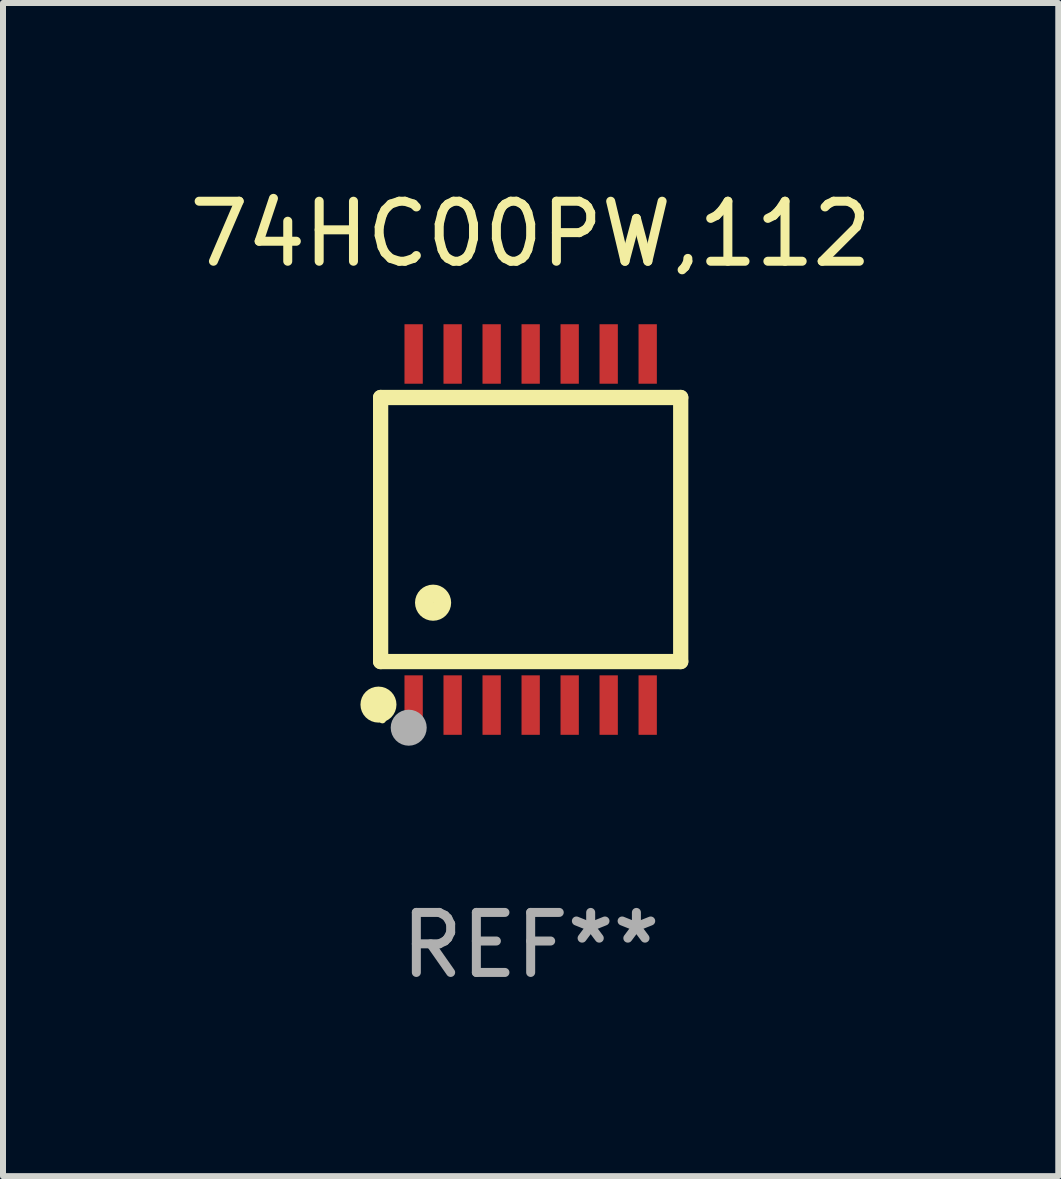
<source format=kicad_pcb>
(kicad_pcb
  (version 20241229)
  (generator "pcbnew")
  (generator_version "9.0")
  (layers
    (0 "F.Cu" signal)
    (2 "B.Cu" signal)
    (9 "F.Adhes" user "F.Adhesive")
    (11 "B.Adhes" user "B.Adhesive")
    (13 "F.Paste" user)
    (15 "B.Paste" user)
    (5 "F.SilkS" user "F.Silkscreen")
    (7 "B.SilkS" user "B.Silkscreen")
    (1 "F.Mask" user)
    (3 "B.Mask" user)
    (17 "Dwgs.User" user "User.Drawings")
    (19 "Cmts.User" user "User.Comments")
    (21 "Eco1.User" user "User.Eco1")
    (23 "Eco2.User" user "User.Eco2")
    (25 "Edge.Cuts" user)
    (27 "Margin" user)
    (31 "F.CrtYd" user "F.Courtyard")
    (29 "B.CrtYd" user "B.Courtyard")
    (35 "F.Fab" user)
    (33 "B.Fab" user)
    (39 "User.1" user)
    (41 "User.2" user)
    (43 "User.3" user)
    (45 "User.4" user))
  (footprint "74HC00PW,112"
    (layer "F.Cu")
    (at 5.792 5.773)
    (property "Reference" "74HC00PW,112" (at 0 -4.925 0) (layer "F.SilkS") (effects (font (size 1 1) (thickness 0.15))))
    (attr through_hole)
    (fp_line (start -2.5 2.2) (end -2.5 -2.2) (stroke (width 0.254) (type solid)) (layer "F.SilkS"))
    (fp_line (start -2.5 2.2) (end 2.5 2.2) (stroke (width 0.254) (type solid)) (layer "F.SilkS"))
    (fp_line (start 2.5 -2.2) (end -2.5 -2.2) (stroke (width 0.254) (type solid)) (layer "F.SilkS"))
    (fp_line (start 2.5 -2.2) (end 2.5 2.2) (stroke (width 0.254) (type solid)) (layer "F.SilkS"))
    (fp_circle (center -2.536 2.917) (end -2.386 2.917) (stroke (width 0.3) (type solid)) (fill no) (layer "F.SilkS"))
    (fp_circle (center -2.47 3.17) (end -2.44 3.17) (stroke (width 0.06) (type solid)) (fill no) (layer "F.SilkS"))
    (fp_circle (center -1.626 1.219) (end -1.475 1.219) (stroke (width 0.3) (type solid)) (fill no) (layer "F.SilkS"))
    (fp_circle (center -2.032 3.302) (end -1.882 3.302) (stroke (width 0.3) (type solid)) (fill no) (layer "F.Fab"))
    (fp_text user "REF**" (at 0 6.925 0) (layer "F.Fab") (effects (font (size 1 1) (thickness 0.15))))
    (pad "1" smd rect (at -1.95 2.925) (size 0.305 0.991) (layers "F.Cu" "F.Mask" "F.Paste"))
    (pad "2" smd rect (at -1.3 2.925) (size 0.305 0.991) (layers "F.Cu" "F.Mask" "F.Paste"))
    (pad "3" smd rect (at -0.65 2.925) (size 0.305 0.991) (layers "F.Cu" "F.Mask" "F.Paste"))
    (pad "4" smd rect (at 0 2.925) (size 0.305 0.991) (layers "F.Cu" "F.Mask" "F.Paste"))
    (pad "5" smd rect (at 0.65 2.925) (size 0.305 0.991) (layers "F.Cu" "F.Mask" "F.Paste"))
    (pad "6" smd rect (at 1.3 2.925) (size 0.305 0.991) (layers "F.Cu" "F.Mask" "F.Paste"))
    (pad "7" smd rect (at 1.95 2.925) (size 0.305 0.991) (layers "F.Cu" "F.Mask" "F.Paste"))
    (pad "8" smd rect (at 1.95 -2.925) (size 0.305 0.991) (layers "F.Cu" "F.Mask" "F.Paste"))
    (pad "9" smd rect (at 1.3 -2.925) (size 0.305 0.991) (layers "F.Cu" "F.Mask" "F.Paste"))
    (pad "10" smd rect (at 0.65 -2.925) (size 0.305 0.991) (layers "F.Cu" "F.Mask" "F.Paste"))
    (pad "11" smd rect (at 0 -2.925) (size 0.305 0.991) (layers "F.Cu" "F.Mask" "F.Paste"))
    (pad "12" smd rect (at -0.65 -2.925) (size 0.305 0.991) (layers "F.Cu" "F.Mask" "F.Paste"))
    (pad "13" smd rect (at -1.3 -2.925) (size 0.305 0.991) (layers "F.Cu" "F.Mask" "F.Paste"))
    (pad "14" smd rect (at -1.95 -2.925) (size 0.305 0.991) (layers "F.Cu" "F.Mask" "F.Paste")))
  (gr_rect
    (start -3 -3)
    (end 14.583 16.547)
    (stroke (width 0.1) (type default))
    (fill no)
    (layer "Edge.Cuts")))
</source>
